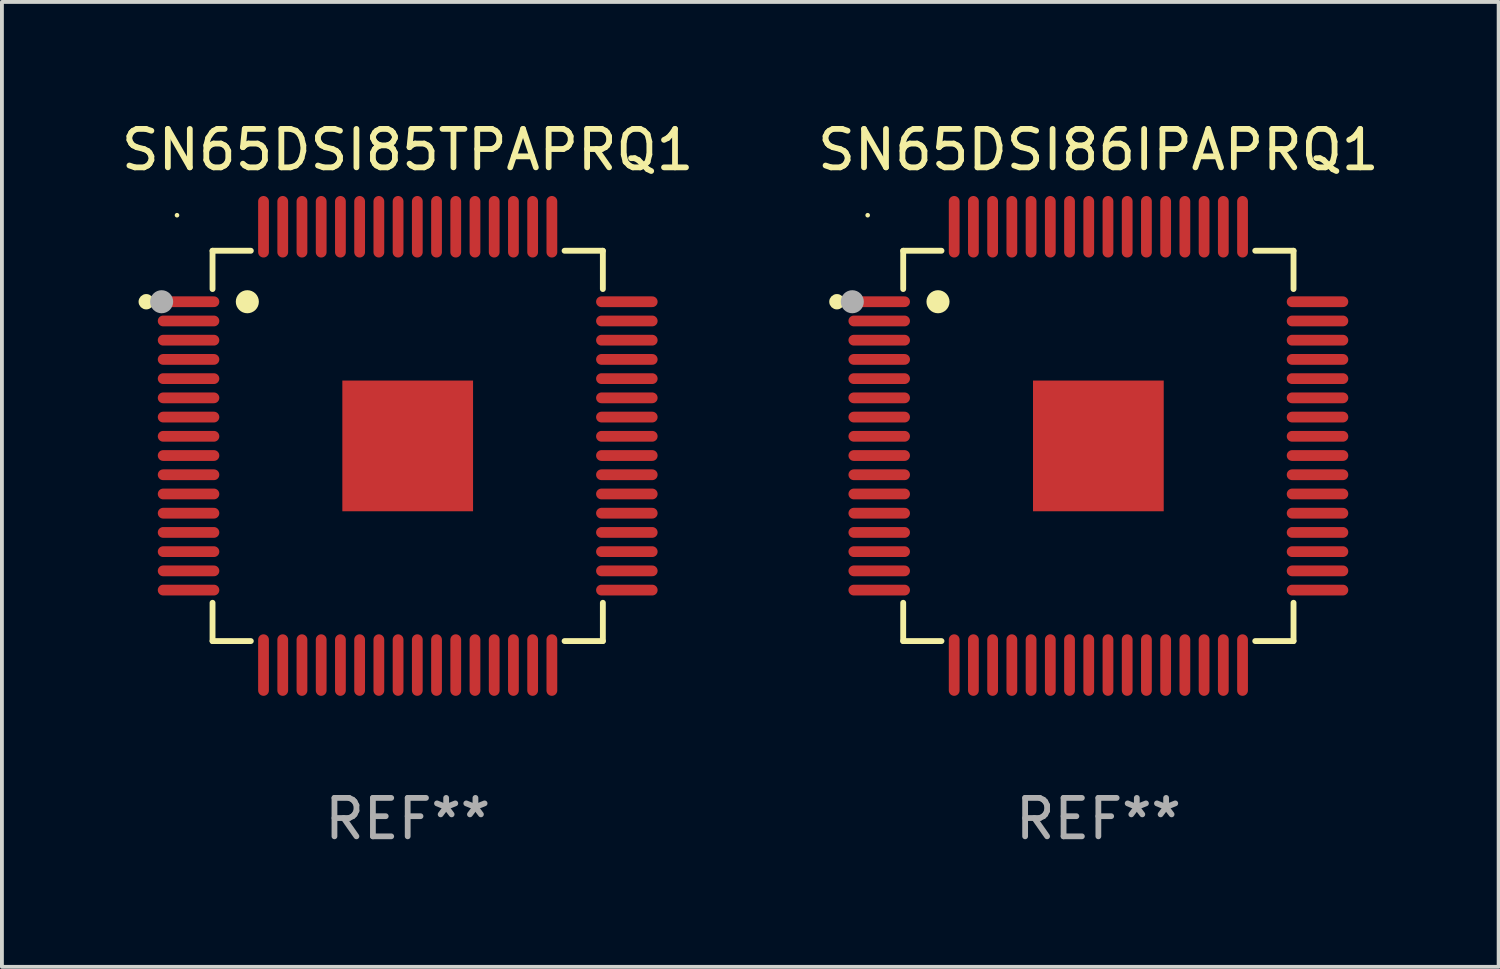
<source format=kicad_pcb>
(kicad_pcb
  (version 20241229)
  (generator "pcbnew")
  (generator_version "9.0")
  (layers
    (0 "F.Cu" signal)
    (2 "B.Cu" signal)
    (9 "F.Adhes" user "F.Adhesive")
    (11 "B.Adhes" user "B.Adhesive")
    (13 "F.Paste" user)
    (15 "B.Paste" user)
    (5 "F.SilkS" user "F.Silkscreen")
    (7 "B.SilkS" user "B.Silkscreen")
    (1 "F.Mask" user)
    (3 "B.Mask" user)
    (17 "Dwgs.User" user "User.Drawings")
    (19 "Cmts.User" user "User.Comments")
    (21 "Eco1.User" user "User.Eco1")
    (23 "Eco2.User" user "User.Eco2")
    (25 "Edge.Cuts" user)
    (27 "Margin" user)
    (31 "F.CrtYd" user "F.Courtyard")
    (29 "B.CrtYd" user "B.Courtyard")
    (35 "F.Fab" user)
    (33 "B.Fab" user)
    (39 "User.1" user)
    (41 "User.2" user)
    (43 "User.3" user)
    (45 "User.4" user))
  (footprint "SN65DSI85TPAPRQ1"
    (layer "F.Cu")
    (at 7.554 8.548)
    (property "Reference" "SN65DSI85TPAPRQ1" (at 0 -7.7 0) (layer "F.SilkS") (effects (font (size 1 1) (thickness 0.15))))
    (attr through_hole)
    (fp_line (start -5.076 -5.076) (end -5.076 -4.08) (stroke (width 0.152) (type solid)) (layer "F.SilkS"))
    (fp_line (start -5.076 5.076) (end -5.076 4.08) (stroke (width 0.152) (type solid)) (layer "F.SilkS"))
    (fp_line (start -4.08 -5.076) (end -5.076 -5.076) (stroke (width 0.152) (type solid)) (layer "F.SilkS"))
    (fp_line (start -4.08 5.076) (end -5.076 5.076) (stroke (width 0.152) (type solid)) (layer "F.SilkS"))
    (fp_line (start 4.08 -5.076) (end 5.076 -5.076) (stroke (width 0.152) (type solid)) (layer "F.SilkS"))
    (fp_line (start 4.08 5.076) (end 5.076 5.076) (stroke (width 0.152) (type solid)) (layer "F.SilkS"))
    (fp_line (start 5.076 -5.076) (end 5.076 -4.08) (stroke (width 0.152) (type solid)) (layer "F.SilkS"))
    (fp_line (start 5.076 5.076) (end 5.076 4.08) (stroke (width 0.152) (type solid)) (layer "F.SilkS"))
    (fp_circle (center -6.8 -3.75) (end -6.7 -3.75) (stroke (width 0.2) (type solid)) (fill no) (layer "F.SilkS"))
    (fp_circle (center -6 -6) (end -5.97 -6) (stroke (width 0.06) (type solid)) (fill no) (layer "F.SilkS"))
    (fp_circle (center -4.171 -3.75) (end -4.021 -3.75) (stroke (width 0.3) (type solid)) (fill no) (layer "F.SilkS"))
    (fp_circle (center -6.4 -3.75) (end -6.25 -3.75) (stroke (width 0.3) (type solid)) (fill no) (layer "F.Fab"))
    (fp_text user "REF**" (at 0 9.7 0) (layer "F.Fab") (effects (font (size 1 1) (thickness 0.15))))
    (pad "1" smd oval (at -5.7 -3.75 270) (size 0.28 1.6) (layers "F.Cu" "F.Mask" "F.Paste"))
    (pad "2" smd oval (at -5.7 -3.25 270) (size 0.28 1.6) (layers "F.Cu" "F.Mask" "F.Paste"))
    (pad "3" smd oval (at -5.7 -2.75 270) (size 0.28 1.6) (layers "F.Cu" "F.Mask" "F.Paste"))
    (pad "4" smd oval (at -5.7 -2.25 270) (size 0.28 1.6) (layers "F.Cu" "F.Mask" "F.Paste"))
    (pad "5" smd oval (at -5.7 -1.75 270) (size 0.28 1.6) (layers "F.Cu" "F.Mask" "F.Paste"))
    (pad "6" smd oval (at -5.7 -1.25 270) (size 0.28 1.6) (layers "F.Cu" "F.Mask" "F.Paste"))
    (pad "7" smd oval (at -5.7 -0.75 270) (size 0.28 1.6) (layers "F.Cu" "F.Mask" "F.Paste"))
    (pad "8" smd oval (at -5.7 -0.25 270) (size 0.28 1.6) (layers "F.Cu" "F.Mask" "F.Paste"))
    (pad "9" smd oval (at -5.7 0.25 270) (size 0.28 1.6) (layers "F.Cu" "F.Mask" "F.Paste"))
    (pad "10" smd oval (at -5.7 0.75 270) (size 0.28 1.6) (layers "F.Cu" "F.Mask" "F.Paste"))
    (pad "11" smd oval (at -5.7 1.25 270) (size 0.28 1.6) (layers "F.Cu" "F.Mask" "F.Paste"))
    (pad "12" smd oval (at -5.7 1.75 270) (size 0.28 1.6) (layers "F.Cu" "F.Mask" "F.Paste"))
    (pad "13" smd oval (at -5.7 2.25 270) (size 0.28 1.6) (layers "F.Cu" "F.Mask" "F.Paste"))
    (pad "14" smd oval (at -5.7 2.75 270) (size 0.28 1.6) (layers "F.Cu" "F.Mask" "F.Paste"))
    (pad "15" smd oval (at -5.7 3.25 270) (size 0.28 1.6) (layers "F.Cu" "F.Mask" "F.Paste"))
    (pad "16" smd oval (at -5.7 3.75 270) (size 0.28 1.6) (layers "F.Cu" "F.Mask" "F.Paste"))
    (pad "17" smd oval (at -3.75 5.7 270) (size 1.6 0.28) (layers "F.Cu" "F.Mask" "F.Paste"))
    (pad "18" smd oval (at -3.25 5.7 270) (size 1.6 0.28) (layers "F.Cu" "F.Mask" "F.Paste"))
    (pad "19" smd oval (at -2.75 5.7 270) (size 1.6 0.28) (layers "F.Cu" "F.Mask" "F.Paste"))
    (pad "20" smd oval (at -2.25 5.7 270) (size 1.6 0.28) (layers "F.Cu" "F.Mask" "F.Paste"))
    (pad "21" smd oval (at -1.75 5.7 270) (size 1.6 0.28) (layers "F.Cu" "F.Mask" "F.Paste"))
    (pad "22" smd oval (at -1.25 5.7 270) (size 1.6 0.28) (layers "F.Cu" "F.Mask" "F.Paste"))
    (pad "23" smd oval (at -0.75 5.7 270) (size 1.6 0.28) (layers "F.Cu" "F.Mask" "F.Paste"))
    (pad "24" smd oval (at -0.25 5.7 270) (size 1.6 0.28) (layers "F.Cu" "F.Mask" "F.Paste"))
    (pad "25" smd oval (at 0.25 5.7 270) (size 1.6 0.28) (layers "F.Cu" "F.Mask" "F.Paste"))
    (pad "26" smd oval (at 0.75 5.7 270) (size 1.6 0.28) (layers "F.Cu" "F.Mask" "F.Paste"))
    (pad "27" smd oval (at 1.25 5.7 270) (size 1.6 0.28) (layers "F.Cu" "F.Mask" "F.Paste"))
    (pad "28" smd oval (at 1.75 5.7 270) (size 1.6 0.28) (layers "F.Cu" "F.Mask" "F.Paste"))
    (pad "29" smd oval (at 2.25 5.7 270) (size 1.6 0.28) (layers "F.Cu" "F.Mask" "F.Paste"))
    (pad "30" smd oval (at 2.75 5.7 270) (size 1.6 0.28) (layers "F.Cu" "F.Mask" "F.Paste"))
    (pad "31" smd oval (at 3.25 5.7 270) (size 1.6 0.28) (layers "F.Cu" "F.Mask" "F.Paste"))
    (pad "32" smd oval (at 3.75 5.7 270) (size 1.6 0.28) (layers "F.Cu" "F.Mask" "F.Paste"))
    (pad "33" smd oval (at 5.7 3.75 270) (size 0.28 1.6) (layers "F.Cu" "F.Mask" "F.Paste"))
    (pad "34" smd oval (at 5.7 3.25 270) (size 0.28 1.6) (layers "F.Cu" "F.Mask" "F.Paste"))
    (pad "35" smd oval (at 5.7 2.75 270) (size 0.28 1.6) (layers "F.Cu" "F.Mask" "F.Paste"))
    (pad "36" smd oval (at 5.7 2.25 270) (size 0.28 1.6) (layers "F.Cu" "F.Mask" "F.Paste"))
    (pad "37" smd oval (at 5.7 1.75 270) (size 0.28 1.6) (layers "F.Cu" "F.Mask" "F.Paste"))
    (pad "38" smd oval (at 5.7 1.25 270) (size 0.28 1.6) (layers "F.Cu" "F.Mask" "F.Paste"))
    (pad "39" smd oval (at 5.7 0.75 270) (size 0.28 1.6) (layers "F.Cu" "F.Mask" "F.Paste"))
    (pad "40" smd oval (at 5.7 0.25 270) (size 0.28 1.6) (layers "F.Cu" "F.Mask" "F.Paste"))
    (pad "41" smd oval (at 5.7 -0.25 270) (size 0.28 1.6) (layers "F.Cu" "F.Mask" "F.Paste"))
    (pad "42" smd oval (at 5.7 -0.75 270) (size 0.28 1.6) (layers "F.Cu" "F.Mask" "F.Paste"))
    (pad "43" smd oval (at 5.7 -1.25 270) (size 0.28 1.6) (layers "F.Cu" "F.Mask" "F.Paste"))
    (pad "44" smd oval (at 5.7 -1.75 270) (size 0.28 1.6) (layers "F.Cu" "F.Mask" "F.Paste"))
    (pad "45" smd oval (at 5.7 -2.25 270) (size 0.28 1.6) (layers "F.Cu" "F.Mask" "F.Paste"))
    (pad "46" smd oval (at 5.7 -2.75 270) (size 0.28 1.6) (layers "F.Cu" "F.Mask" "F.Paste"))
    (pad "47" smd oval (at 5.7 -3.25 270) (size 0.28 1.6) (layers "F.Cu" "F.Mask" "F.Paste"))
    (pad "48" smd oval (at 5.7 -3.75 270) (size 0.28 1.6) (layers "F.Cu" "F.Mask" "F.Paste"))
    (pad "49" smd oval (at 3.75 -5.7 270) (size 1.6 0.28) (layers "F.Cu" "F.Mask" "F.Paste"))
    (pad "50" smd oval (at 3.25 -5.7 270) (size 1.6 0.28) (layers "F.Cu" "F.Mask" "F.Paste"))
    (pad "51" smd oval (at 2.75 -5.7 270) (size 1.6 0.28) (layers "F.Cu" "F.Mask" "F.Paste"))
    (pad "52" smd oval (at 2.25 -5.7 270) (size 1.6 0.28) (layers "F.Cu" "F.Mask" "F.Paste"))
    (pad "53" smd oval (at 1.75 -5.7 270) (size 1.6 0.28) (layers "F.Cu" "F.Mask" "F.Paste"))
    (pad "54" smd oval (at 1.25 -5.7 270) (size 1.6 0.28) (layers "F.Cu" "F.Mask" "F.Paste"))
    (pad "55" smd oval (at 0.75 -5.7 270) (size 1.6 0.28) (layers "F.Cu" "F.Mask" "F.Paste"))
    (pad "56" smd oval (at 0.25 -5.7 270) (size 1.6 0.28) (layers "F.Cu" "F.Mask" "F.Paste"))
    (pad "57" smd oval (at -0.25 -5.7 270) (size 1.6 0.28) (layers "F.Cu" "F.Mask" "F.Paste"))
    (pad "58" smd oval (at -0.75 -5.7 270) (size 1.6 0.28) (layers "F.Cu" "F.Mask" "F.Paste"))
    (pad "59" smd oval (at -1.25 -5.7 270) (size 1.6 0.28) (layers "F.Cu" "F.Mask" "F.Paste"))
    (pad "60" smd oval (at -1.75 -5.7 270) (size 1.6 0.28) (layers "F.Cu" "F.Mask" "F.Paste"))
    (pad "61" smd oval (at -2.25 -5.7 270) (size 1.6 0.28) (layers "F.Cu" "F.Mask" "F.Paste"))
    (pad "62" smd oval (at -2.75 -5.7 270) (size 1.6 0.28) (layers "F.Cu" "F.Mask" "F.Paste"))
    (pad "63" smd oval (at -3.25 -5.7 270) (size 1.6 0.28) (layers "F.Cu" "F.Mask" "F.Paste"))
    (pad "64" smd oval (at -3.75 -5.7 270) (size 1.6 0.28) (layers "F.Cu" "F.Mask" "F.Paste"))
    (pad "65" smd rect (at 0 0 270) (size 3.4 3.4) (layers "F.Cu" "F.Mask" "F.Paste")))
  (footprint "SN65DSI86IPAPRQ1"
    (layer "F.Cu")
    (at 25.518 8.548)
    (property "Reference" "SN65DSI86IPAPRQ1" (at 0 -7.7 0) (layer "F.SilkS") (effects (font (size 1 1) (thickness 0.15))))
    (attr through_hole)
    (fp_line (start -5.076 -5.076) (end -5.076 -4.08) (stroke (width 0.152) (type solid)) (layer "F.SilkS"))
    (fp_line (start -5.076 5.076) (end -5.076 4.08) (stroke (width 0.152) (type solid)) (layer "F.SilkS"))
    (fp_line (start -4.08 -5.076) (end -5.076 -5.076) (stroke (width 0.152) (type solid)) (layer "F.SilkS"))
    (fp_line (start -4.08 5.076) (end -5.076 5.076) (stroke (width 0.152) (type solid)) (layer "F.SilkS"))
    (fp_line (start 4.08 -5.076) (end 5.076 -5.076) (stroke (width 0.152) (type solid)) (layer "F.SilkS"))
    (fp_line (start 4.08 5.076) (end 5.076 5.076) (stroke (width 0.152) (type solid)) (layer "F.SilkS"))
    (fp_line (start 5.076 -5.076) (end 5.076 -4.08) (stroke (width 0.152) (type solid)) (layer "F.SilkS"))
    (fp_line (start 5.076 5.076) (end 5.076 4.08) (stroke (width 0.152) (type solid)) (layer "F.SilkS"))
    (fp_circle (center -6.8 -3.75) (end -6.7 -3.75) (stroke (width 0.2) (type solid)) (fill no) (layer "F.SilkS"))
    (fp_circle (center -6 -6) (end -5.97 -6) (stroke (width 0.06) (type solid)) (fill no) (layer "F.SilkS"))
    (fp_circle (center -4.171 -3.75) (end -4.021 -3.75) (stroke (width 0.3) (type solid)) (fill no) (layer "F.SilkS"))
    (fp_circle (center -6.4 -3.75) (end -6.25 -3.75) (stroke (width 0.3) (type solid)) (fill no) (layer "F.Fab"))
    (fp_text user "REF**" (at 0 9.7 0) (layer "F.Fab") (effects (font (size 1 1) (thickness 0.15))))
    (pad "1" smd oval (at -5.7 -3.75 270) (size 0.28 1.6) (layers "F.Cu" "F.Mask" "F.Paste"))
    (pad "2" smd oval (at -5.7 -3.25 270) (size 0.28 1.6) (layers "F.Cu" "F.Mask" "F.Paste"))
    (pad "3" smd oval (at -5.7 -2.75 270) (size 0.28 1.6) (layers "F.Cu" "F.Mask" "F.Paste"))
    (pad "4" smd oval (at -5.7 -2.25 270) (size 0.28 1.6) (layers "F.Cu" "F.Mask" "F.Paste"))
    (pad "5" smd oval (at -5.7 -1.75 270) (size 0.28 1.6) (layers "F.Cu" "F.Mask" "F.Paste"))
    (pad "6" smd oval (at -5.7 -1.25 270) (size 0.28 1.6) (layers "F.Cu" "F.Mask" "F.Paste"))
    (pad "7" smd oval (at -5.7 -0.75 270) (size 0.28 1.6) (layers "F.Cu" "F.Mask" "F.Paste"))
    (pad "8" smd oval (at -5.7 -0.25 270) (size 0.28 1.6) (layers "F.Cu" "F.Mask" "F.Paste"))
    (pad "9" smd oval (at -5.7 0.25 270) (size 0.28 1.6) (layers "F.Cu" "F.Mask" "F.Paste"))
    (pad "10" smd oval (at -5.7 0.75 270) (size 0.28 1.6) (layers "F.Cu" "F.Mask" "F.Paste"))
    (pad "11" smd oval (at -5.7 1.25 270) (size 0.28 1.6) (layers "F.Cu" "F.Mask" "F.Paste"))
    (pad "12" smd oval (at -5.7 1.75 270) (size 0.28 1.6) (layers "F.Cu" "F.Mask" "F.Paste"))
    (pad "13" smd oval (at -5.7 2.25 270) (size 0.28 1.6) (layers "F.Cu" "F.Mask" "F.Paste"))
    (pad "14" smd oval (at -5.7 2.75 270) (size 0.28 1.6) (layers "F.Cu" "F.Mask" "F.Paste"))
    (pad "15" smd oval (at -5.7 3.25 270) (size 0.28 1.6) (layers "F.Cu" "F.Mask" "F.Paste"))
    (pad "16" smd oval (at -5.7 3.75 270) (size 0.28 1.6) (layers "F.Cu" "F.Mask" "F.Paste"))
    (pad "17" smd oval (at -3.75 5.7 270) (size 1.6 0.28) (layers "F.Cu" "F.Mask" "F.Paste"))
    (pad "18" smd oval (at -3.25 5.7 270) (size 1.6 0.28) (layers "F.Cu" "F.Mask" "F.Paste"))
    (pad "19" smd oval (at -2.75 5.7 270) (size 1.6 0.28) (layers "F.Cu" "F.Mask" "F.Paste"))
    (pad "20" smd oval (at -2.25 5.7 270) (size 1.6 0.28) (layers "F.Cu" "F.Mask" "F.Paste"))
    (pad "21" smd oval (at -1.75 5.7 270) (size 1.6 0.28) (layers "F.Cu" "F.Mask" "F.Paste"))
    (pad "22" smd oval (at -1.25 5.7 270) (size 1.6 0.28) (layers "F.Cu" "F.Mask" "F.Paste"))
    (pad "23" smd oval (at -0.75 5.7 270) (size 1.6 0.28) (layers "F.Cu" "F.Mask" "F.Paste"))
    (pad "24" smd oval (at -0.25 5.7 270) (size 1.6 0.28) (layers "F.Cu" "F.Mask" "F.Paste"))
    (pad "25" smd oval (at 0.25 5.7 270) (size 1.6 0.28) (layers "F.Cu" "F.Mask" "F.Paste"))
    (pad "26" smd oval (at 0.75 5.7 270) (size 1.6 0.28) (layers "F.Cu" "F.Mask" "F.Paste"))
    (pad "27" smd oval (at 1.25 5.7 270) (size 1.6 0.28) (layers "F.Cu" "F.Mask" "F.Paste"))
    (pad "28" smd oval (at 1.75 5.7 270) (size 1.6 0.28) (layers "F.Cu" "F.Mask" "F.Paste"))
    (pad "29" smd oval (at 2.25 5.7 270) (size 1.6 0.28) (layers "F.Cu" "F.Mask" "F.Paste"))
    (pad "30" smd oval (at 2.75 5.7 270) (size 1.6 0.28) (layers "F.Cu" "F.Mask" "F.Paste"))
    (pad "31" smd oval (at 3.25 5.7 270) (size 1.6 0.28) (layers "F.Cu" "F.Mask" "F.Paste"))
    (pad "32" smd oval (at 3.75 5.7 270) (size 1.6 0.28) (layers "F.Cu" "F.Mask" "F.Paste"))
    (pad "33" smd oval (at 5.7 3.75 270) (size 0.28 1.6) (layers "F.Cu" "F.Mask" "F.Paste"))
    (pad "34" smd oval (at 5.7 3.25 270) (size 0.28 1.6) (layers "F.Cu" "F.Mask" "F.Paste"))
    (pad "35" smd oval (at 5.7 2.75 270) (size 0.28 1.6) (layers "F.Cu" "F.Mask" "F.Paste"))
    (pad "36" smd oval (at 5.7 2.25 270) (size 0.28 1.6) (layers "F.Cu" "F.Mask" "F.Paste"))
    (pad "37" smd oval (at 5.7 1.75 270) (size 0.28 1.6) (layers "F.Cu" "F.Mask" "F.Paste"))
    (pad "38" smd oval (at 5.7 1.25 270) (size 0.28 1.6) (layers "F.Cu" "F.Mask" "F.Paste"))
    (pad "39" smd oval (at 5.7 0.75 270) (size 0.28 1.6) (layers "F.Cu" "F.Mask" "F.Paste"))
    (pad "40" smd oval (at 5.7 0.25 270) (size 0.28 1.6) (layers "F.Cu" "F.Mask" "F.Paste"))
    (pad "41" smd oval (at 5.7 -0.25 270) (size 0.28 1.6) (layers "F.Cu" "F.Mask" "F.Paste"))
    (pad "42" smd oval (at 5.7 -0.75 270) (size 0.28 1.6) (layers "F.Cu" "F.Mask" "F.Paste"))
    (pad "43" smd oval (at 5.7 -1.25 270) (size 0.28 1.6) (layers "F.Cu" "F.Mask" "F.Paste"))
    (pad "44" smd oval (at 5.7 -1.75 270) (size 0.28 1.6) (layers "F.Cu" "F.Mask" "F.Paste"))
    (pad "45" smd oval (at 5.7 -2.25 270) (size 0.28 1.6) (layers "F.Cu" "F.Mask" "F.Paste"))
    (pad "46" smd oval (at 5.7 -2.75 270) (size 0.28 1.6) (layers "F.Cu" "F.Mask" "F.Paste"))
    (pad "47" smd oval (at 5.7 -3.25 270) (size 0.28 1.6) (layers "F.Cu" "F.Mask" "F.Paste"))
    (pad "48" smd oval (at 5.7 -3.75 270) (size 0.28 1.6) (layers "F.Cu" "F.Mask" "F.Paste"))
    (pad "49" smd oval (at 3.75 -5.7 270) (size 1.6 0.28) (layers "F.Cu" "F.Mask" "F.Paste"))
    (pad "50" smd oval (at 3.25 -5.7 270) (size 1.6 0.28) (layers "F.Cu" "F.Mask" "F.Paste"))
    (pad "51" smd oval (at 2.75 -5.7 270) (size 1.6 0.28) (layers "F.Cu" "F.Mask" "F.Paste"))
    (pad "52" smd oval (at 2.25 -5.7 270) (size 1.6 0.28) (layers "F.Cu" "F.Mask" "F.Paste"))
    (pad "53" smd oval (at 1.75 -5.7 270) (size 1.6 0.28) (layers "F.Cu" "F.Mask" "F.Paste"))
    (pad "54" smd oval (at 1.25 -5.7 270) (size 1.6 0.28) (layers "F.Cu" "F.Mask" "F.Paste"))
    (pad "55" smd oval (at 0.75 -5.7 270) (size 1.6 0.28) (layers "F.Cu" "F.Mask" "F.Paste"))
    (pad "56" smd oval (at 0.25 -5.7 270) (size 1.6 0.28) (layers "F.Cu" "F.Mask" "F.Paste"))
    (pad "57" smd oval (at -0.25 -5.7 270) (size 1.6 0.28) (layers "F.Cu" "F.Mask" "F.Paste"))
    (pad "58" smd oval (at -0.75 -5.7 270) (size 1.6 0.28) (layers "F.Cu" "F.Mask" "F.Paste"))
    (pad "59" smd oval (at -1.25 -5.7 270) (size 1.6 0.28) (layers "F.Cu" "F.Mask" "F.Paste"))
    (pad "60" smd oval (at -1.75 -5.7 270) (size 1.6 0.28) (layers "F.Cu" "F.Mask" "F.Paste"))
    (pad "61" smd oval (at -2.25 -5.7 270) (size 1.6 0.28) (layers "F.Cu" "F.Mask" "F.Paste"))
    (pad "62" smd oval (at -2.75 -5.7 270) (size 1.6 0.28) (layers "F.Cu" "F.Mask" "F.Paste"))
    (pad "63" smd oval (at -3.25 -5.7 270) (size 1.6 0.28) (layers "F.Cu" "F.Mask" "F.Paste"))
    (pad "64" smd oval (at -3.75 -5.7 270) (size 1.6 0.28) (layers "F.Cu" "F.Mask" "F.Paste"))
    (pad "65" smd rect (at 0 0 270) (size 3.4 3.4) (layers "F.Cu" "F.Mask" "F.Paste")))
  (gr_rect
    (start -3 -3)
    (end 35.929 22.097)
    (stroke (width 0.1) (type default))
    (fill no)
    (layer "Edge.Cuts")))
</source>
